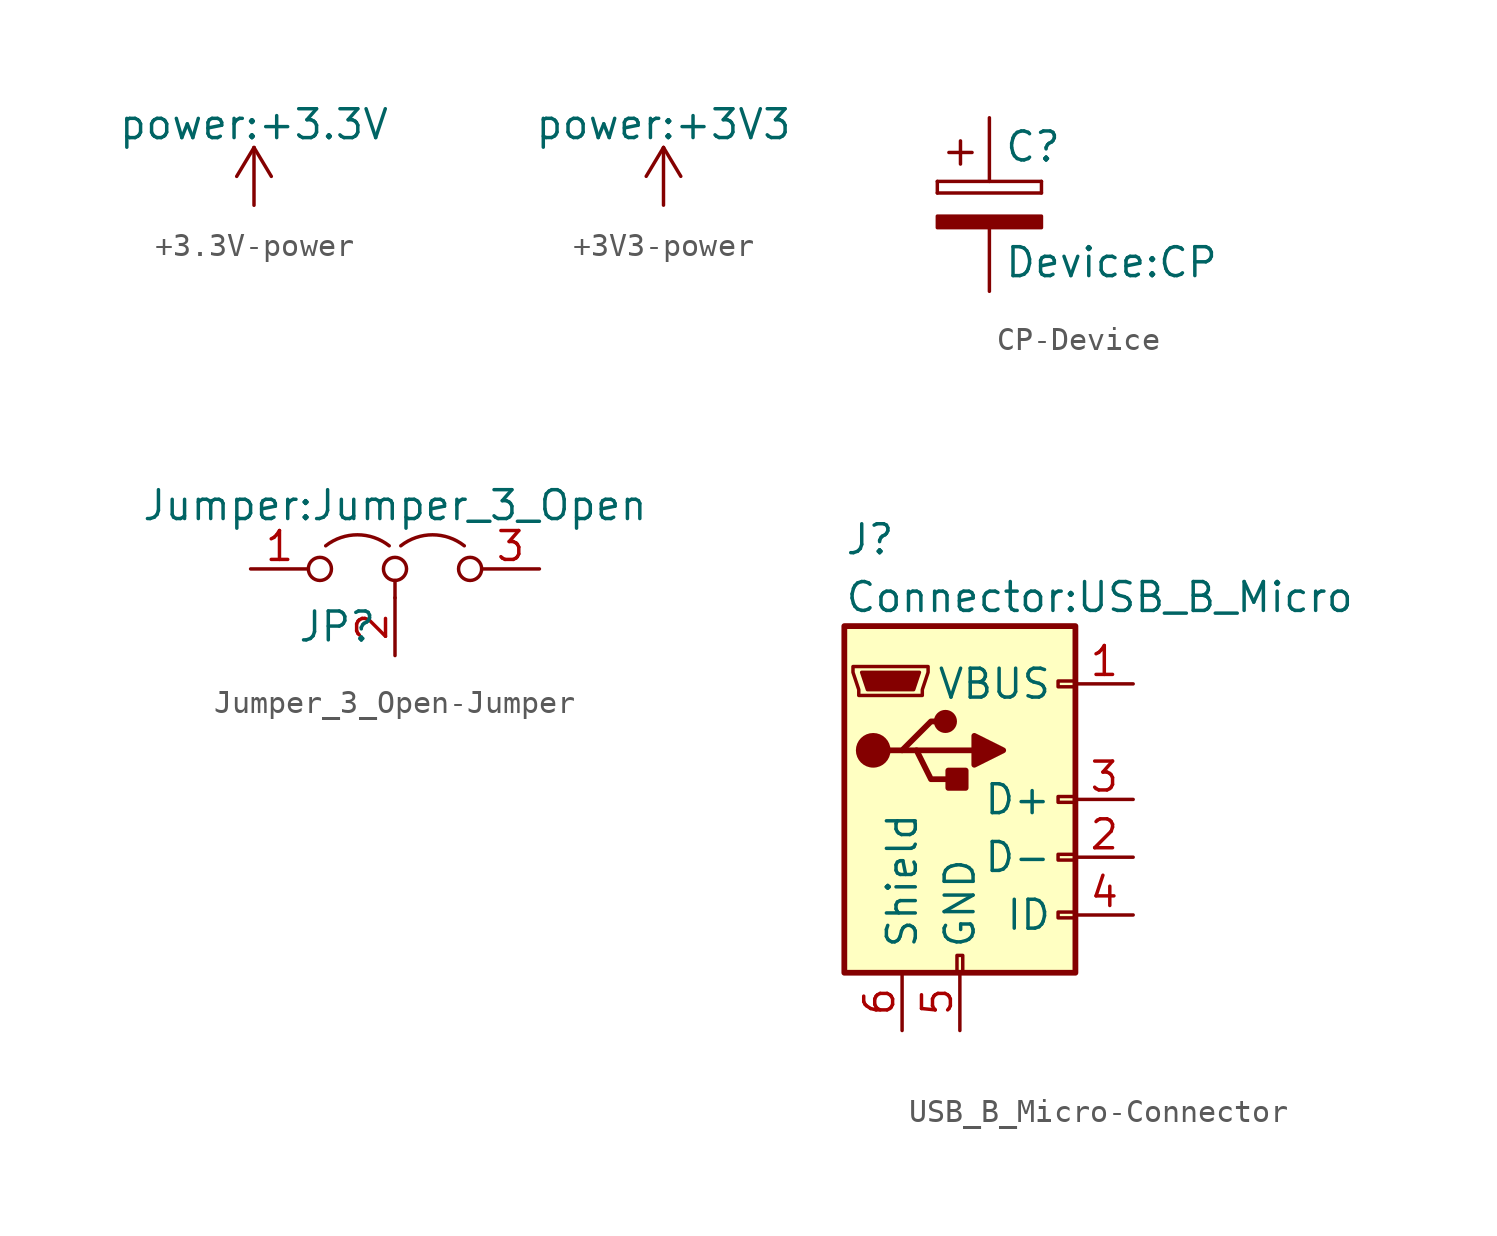
<source format=kicad_sym>
(kicad_symbol_lib
  (version 20231120)
  (generator "kicad_symbol_editor")
  (generator_version "8.0")
  (symbol "+3.3V-power"
    (power)
    (pin_names
      (offset 0))
    (property "Reference" "#PWR"
      (at 0 -3.81 0)
      (effects (font (size 1.27 1.27)) (hide yes)))
    (property "Value" "power:+3.3V"
      (at 0 3.556 0)
      (effects (font (size 1.27 1.27))))
    (symbol "+3.3V-power_0_1"
      (polyline (pts (xy -0.762 1.27) (xy 0 2.54)) (stroke (width 0) (type solid)) (fill (type none)))
      (polyline (pts (xy 0 0) (xy 0 2.54)) (stroke (width 0) (type solid)) (fill (type none)))
      (polyline (pts (xy 0 2.54) (xy 0.762 1.27)) (stroke (width 0) (type solid)) (fill (type none))))
    (symbol "+3.3V-power_1_1"
      (pin power_in line (at 0 0 90) (length 0) hide (name "+3V3" (effects (font (size 1.27 1.27)))) (number "1" (effects (font (size 1.27 1.27)))))))
  (symbol "+3V3-power"
    (power)
    (pin_names
      (offset 0))
    (property "Reference" "#PWR"
      (at 0 -3.81 0)
      (effects (font (size 1.27 1.27)) (hide yes)))
    (property "Value" "power:+3V3"
      (at 0 3.556 0)
      (effects (font (size 1.27 1.27))))
    (symbol "+3V3-power_0_1"
      (polyline (pts (xy -0.762 1.27) (xy 0 2.54)) (stroke (width 0) (type solid)) (fill (type none)))
      (polyline (pts (xy 0 0) (xy 0 2.54)) (stroke (width 0) (type solid)) (fill (type none)))
      (polyline (pts (xy 0 2.54) (xy 0.762 1.27)) (stroke (width 0) (type solid)) (fill (type none))))
    (symbol "+3V3-power_1_1"
      (pin power_in line (at 0 0 90) (length 0) hide (name "+3V3" (effects (font (size 1.27 1.27)))) (number "1" (effects (font (size 1.27 1.27)))))))
  (symbol "CP-Device"
    (pin_numbers hide)
    (pin_names
      (offset 0.254))
    (property "Reference" "C"
      (at 0.635 2.54 0)
      (effects (font (size 1.27 1.27)) (justify left)))
    (property "Value" "Device:CP"
      (at 0.635 -2.54 0)
      (effects (font (size 1.27 1.27)) (justify left)))
    (symbol "CP-Device_0_1"
      (rectangle (start -2.286 0.508) (end -2.286 1.016) (stroke (width 0) (type solid)) (fill (type none)))
      (rectangle (start -2.286 0.508) (end 2.286 0.508) (stroke (width 0) (type solid)) (fill (type none)))
      (polyline (pts (xy -1.778 2.286) (xy -0.762 2.286)) (stroke (width 0) (type solid)) (fill (type none)))
      (polyline (pts (xy -1.27 2.794) (xy -1.27 1.778)) (stroke (width 0) (type solid)) (fill (type none)))
      (rectangle (start 2.286 -0.508) (end -2.286 -1.016) (stroke (width 0) (type solid)) (fill (type outline)))
      (rectangle (start 2.286 1.016) (end -2.286 1.016) (stroke (width 0) (type solid)) (fill (type none)))
      (rectangle (start 2.286 1.016) (end 2.286 0.508) (stroke (width 0) (type solid)) (fill (type none))))
    (symbol "CP-Device_1_1"
      (pin passive line (at 0 3.81 270) (length 2.794) (name "~" (effects (font (size 1.27 1.27)))) (number "1" (effects (font (size 1.27 1.27)))))
      (pin passive line (at 0 -3.81 90) (length 2.794) (name "~" (effects (font (size 1.27 1.27)))) (number "2" (effects (font (size 1.27 1.27)))))))
  (symbol "Jumper_3_Open-Jumper"
    (pin_names
      (offset 0) hide)
    (property "Reference" "JP"
      (at -2.54 -2.54 0)
      (effects (font (size 1.27 1.27))))
    (property "Value" "Jumper:Jumper_3_Open"
      (at 0 2.794 0)
      (effects (font (size 1.27 1.27))))
    (symbol "Jumper_3_Open-Jumper_0_0"
      (circle (center -3.302 0) (radius 0.508) (stroke (width 0) (type solid)) (fill (type none)))
      (circle (center 0 0) (radius 0.508) (stroke (width 0) (type solid)) (fill (type none)))
      (circle (center 3.302 0) (radius 0.508) (stroke (width 0) (type solid)) (fill (type none))))
    (symbol "Jumper_3_Open-Jumper_0_1"
      (arc (start -0.254 1.016) (mid -1.651 1.4992) (end -3.048 1.016) (stroke (width 0) (type solid)) (fill (type none)))
      (polyline (pts (xy 0 -0.508) (xy 0 -1.27)) (stroke (width 0) (type solid)) (fill (type none)))
      (arc (start 3.048 1.016) (mid 1.651 1.4992) (end 0.254 1.016) (stroke (width 0) (type solid)) (fill (type none))))
    (symbol "Jumper_3_Open-Jumper_1_1"
      (pin passive line (at -6.35 0 0) (length 2.54) (name "A" (effects (font (size 1.27 1.27)))) (number "1" (effects (font (size 1.27 1.27)))))
      (pin input line (at 0 -3.81 90) (length 2.54) (name "C" (effects (font (size 1.27 1.27)))) (number "2" (effects (font (size 1.27 1.27)))))
      (pin passive line (at 6.35 0 180) (length 2.54) (name "B" (effects (font (size 1.27 1.27)))) (number "3" (effects (font (size 1.27 1.27)))))))
  (symbol "USB_B_Micro-Connector"
    (pin_names
      (offset 1.016))
    (property "Reference" "J"
      (at -5.08 11.43 0)
      (effects (font (size 1.27 1.27)) (justify left)))
    (property "Value" "Connector:USB_B_Micro"
      (at -5.08 8.89 0)
      (effects (font (size 1.27 1.27)) (justify left)))
    (symbol "USB_B_Micro-Connector_0_1"
      (rectangle (start -5.08 -7.62) (end 5.08 7.62) (stroke (width 0.254) (type solid)) (fill (type background)))
      (circle (center -3.81 2.159) (radius 0.635) (stroke (width 0.254) (type solid)) (fill (type outline)))
      (circle (center -0.635 3.429) (radius 0.381) (stroke (width 0.254) (type solid)) (fill (type outline)))
      (rectangle (start -0.127 -7.62) (end 0.127 -6.858) (stroke (width 0) (type solid)) (fill (type none)))
      (polyline (pts (xy -1.905 2.159) (xy 0.635 2.159)) (stroke (width 0.254) (type solid)) (fill (type none)))
      (polyline (pts (xy -3.175 2.159) (xy -2.54 2.159) (xy -1.27 3.429) (xy -0.635 3.429)) (stroke (width 0.254) (type solid)) (fill (type none)))
      (polyline (pts (xy -2.54 2.159) (xy -1.905 2.159) (xy -1.27 0.889) (xy 0 0.889)) (stroke (width 0.254) (type solid)) (fill (type none)))
      (polyline (pts (xy 0.635 2.794) (xy 0.635 1.524) (xy 1.905 2.159) (xy 0.635 2.794)) (stroke (width 0.254) (type solid)) (fill (type outline)))
      (polyline (pts (xy -4.318 5.588) (xy -1.778 5.588) (xy -2.032 4.826) (xy -4.064 4.826) (xy -4.318 5.588)) (stroke (width 0) (type solid)) (fill (type outline)))
      (polyline (pts (xy -4.699 5.842) (xy -4.699 5.588) (xy -4.445 4.826) (xy -4.445 4.572) (xy -1.651 4.572) (xy -1.651 4.826) (xy -1.397 5.588) (xy -1.397 5.842) (xy -4.699 5.842)) (stroke (width 0) (type solid)) (fill (type none)))
      (rectangle (start 0.254 1.27) (end -0.508 0.508) (stroke (width 0.254) (type solid)) (fill (type outline)))
      (rectangle (start 5.08 -5.207) (end 4.318 -4.953) (stroke (width 0) (type solid)) (fill (type none)))
      (rectangle (start 5.08 -2.667) (end 4.318 -2.413) (stroke (width 0) (type solid)) (fill (type none)))
      (rectangle (start 5.08 -0.127) (end 4.318 0.127) (stroke (width 0) (type solid)) (fill (type none)))
      (rectangle (start 5.08 4.953) (end 4.318 5.207) (stroke (width 0) (type solid)) (fill (type none))))
    (symbol "USB_B_Micro-Connector_1_1"
      (pin power_out line (at 7.62 5.08 180) (length 2.54) (name "VBUS" (effects (font (size 1.27 1.27)))) (number "1" (effects (font (size 1.27 1.27)))))
      (pin passive line (at 7.62 -2.54 180) (length 2.54) (name "D-" (effects (font (size 1.27 1.27)))) (number "2" (effects (font (size 1.27 1.27)))))
      (pin passive line (at 7.62 0 180) (length 2.54) (name "D+" (effects (font (size 1.27 1.27)))) (number "3" (effects (font (size 1.27 1.27)))))
      (pin passive line (at 7.62 -5.08 180) (length 2.54) (name "ID" (effects (font (size 1.27 1.27)))) (number "4" (effects (font (size 1.27 1.27)))))
      (pin power_out line (at 0 -10.16 90) (length 2.54) (name "GND" (effects (font (size 1.27 1.27)))) (number "5" (effects (font (size 1.27 1.27)))))
      (pin passive line (at -2.54 -10.16 90) (length 2.54) (name "Shield" (effects (font (size 1.27 1.27)))) (number "6" (effects (font (size 1.27 1.27))))))))
</source>
